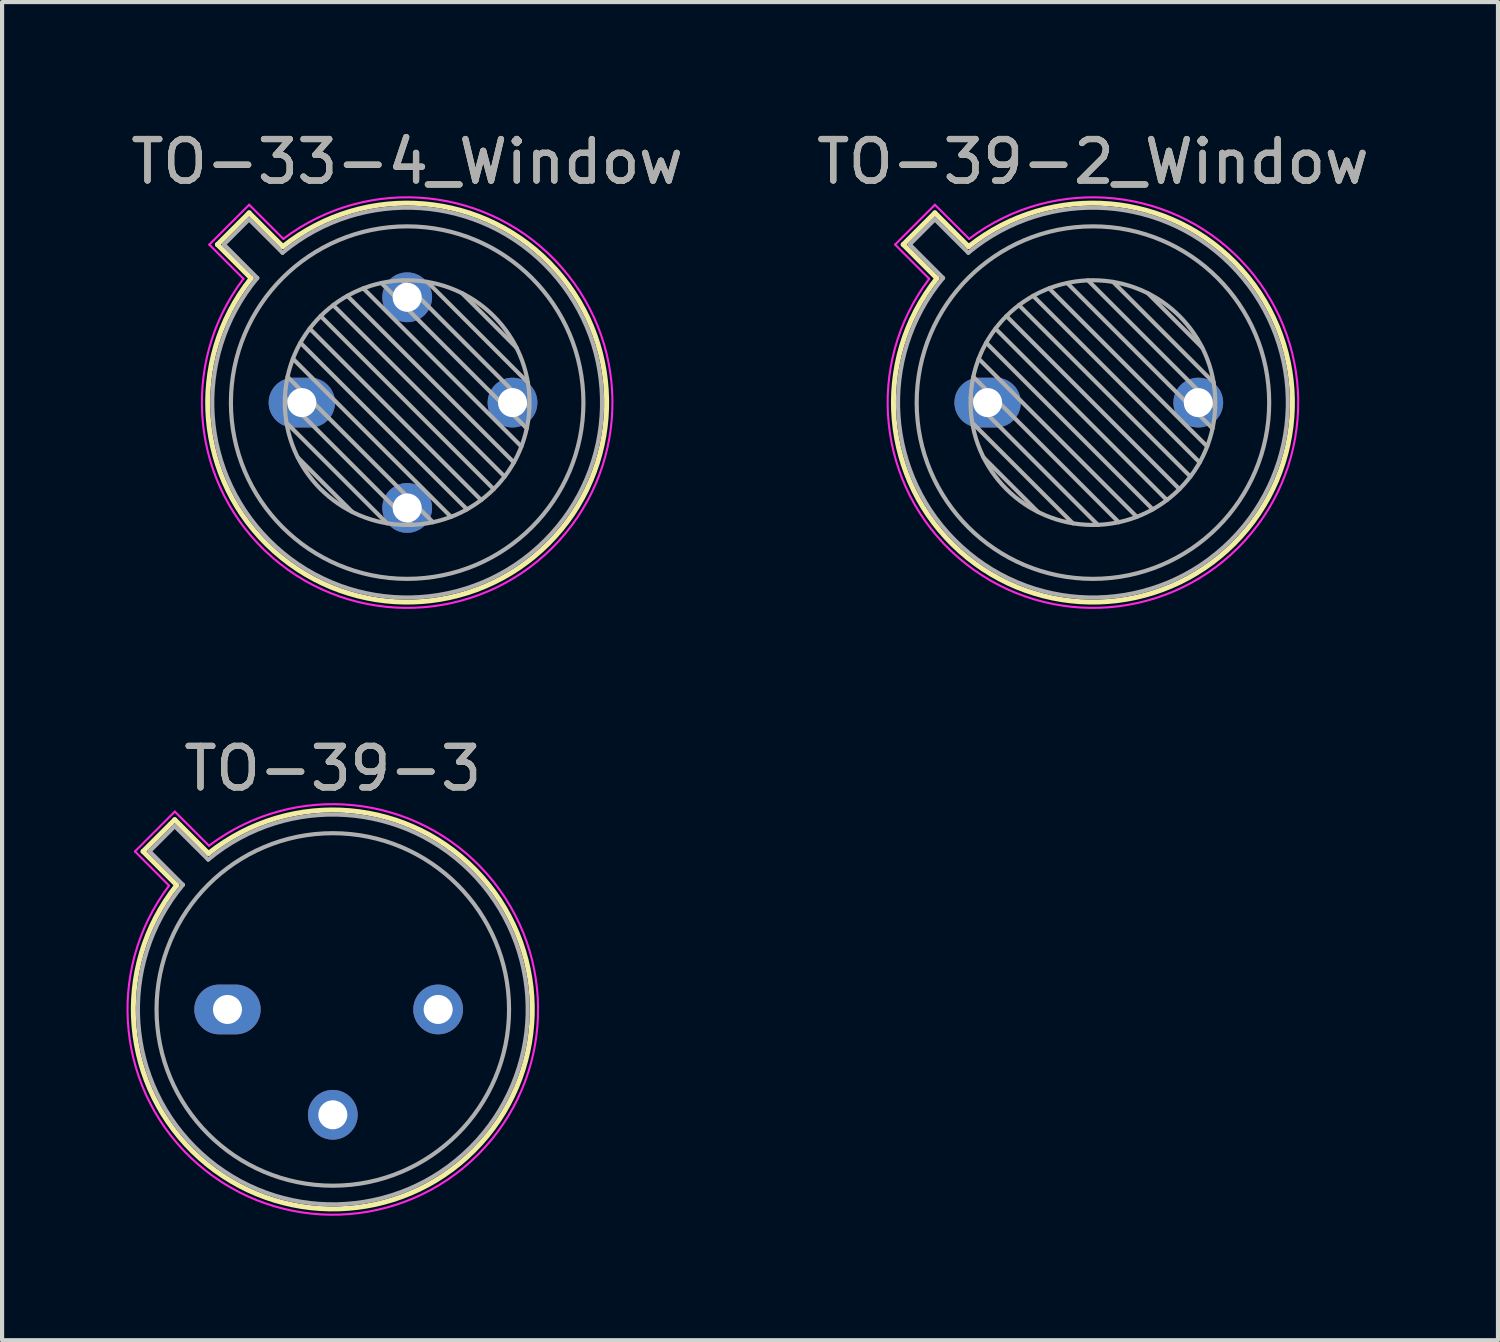
<source format=kicad_pcb>
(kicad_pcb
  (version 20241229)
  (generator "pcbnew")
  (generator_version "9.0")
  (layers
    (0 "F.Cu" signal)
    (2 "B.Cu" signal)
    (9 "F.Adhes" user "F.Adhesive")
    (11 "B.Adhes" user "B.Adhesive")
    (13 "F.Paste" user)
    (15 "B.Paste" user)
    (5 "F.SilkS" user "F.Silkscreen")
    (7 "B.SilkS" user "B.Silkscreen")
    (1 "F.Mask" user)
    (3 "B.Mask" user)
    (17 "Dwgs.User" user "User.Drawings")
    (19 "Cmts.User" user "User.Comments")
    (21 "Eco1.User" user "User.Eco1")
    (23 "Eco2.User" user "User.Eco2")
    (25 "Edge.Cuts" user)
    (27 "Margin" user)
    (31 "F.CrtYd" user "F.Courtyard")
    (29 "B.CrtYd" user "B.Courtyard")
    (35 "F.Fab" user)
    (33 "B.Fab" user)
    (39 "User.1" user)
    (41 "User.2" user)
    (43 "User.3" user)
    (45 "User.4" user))
  (footprint "TO-39-2_Window"
    (layer "F.Cu")
    (at 20.764 6.658)
    (property "Reference" "TO-39-2_Window" (at 2.54 -5.81 0) (layer "F.SilkS") (effects (font (size 1 1) (thickness 0.15))))
    (attr through_hole)
    (fp_line (start -2.035 -3.811) (end -1.222 -2.998) (stroke (width 0.12) (type solid)) (layer "F.SilkS"))
    (fp_line (start -1.271 -4.575) (end -2.035 -3.811) (stroke (width 0.12) (type solid)) (layer "F.SilkS"))
    (fp_line (start -0.458 -3.762) (end -1.271 -4.575) (stroke (width 0.12) (type solid)) (layer "F.SilkS"))
    (fp_arc (start -0.457844 -3.76152) (mid 5.941184 3.401184) (end -1.22152 -2.997844) (stroke (width 0.12) (type solid)) (layer "F.SilkS"))
    (fp_line (start -2.231 -3.81) (end -1.408 -2.986) (stroke (width 0.05) (type solid)) (layer "F.CrtYd"))
    (fp_line (start -1.27 -4.771) (end -2.231 -3.81) (stroke (width 0.05) (type solid)) (layer "F.CrtYd"))
    (fp_line (start -0.446 -3.948) (end -1.27 -4.771) (stroke (width 0.05) (type solid)) (layer "F.CrtYd"))
    (fp_arc (start -0.446162 -3.947827) (mid 6.040179 3.500179) (end -1.407827 -2.986162) (stroke (width 0.05) (type solid)) (layer "F.CrtYd"))
    (fp_line (start -1.88 -3.812) (end -1.074 -3.005) (stroke (width 0.1) (type solid)) (layer "F.Fab"))
    (fp_line (start -1.272 -4.42) (end -1.88 -3.812) (stroke (width 0.1) (type solid)) (layer "F.Fab"))
    (fp_line (start -0.465 -3.614) (end -1.272 -4.42) (stroke (width 0.1) (type solid)) (layer "F.Fab"))
    (fp_line (start -0.408 -0.12) (end 2.66 2.948) (stroke (width 0.1) (type solid)) (layer "F.Fab"))
    (fp_line (start -0.371 0.485) (end 2.055 2.911) (stroke (width 0.1) (type solid)) (layer "F.Fab"))
    (fp_line (start -0.344 -0.622) (end 3.162 2.884) (stroke (width 0.1) (type solid)) (layer "F.Fab"))
    (fp_line (start -0.215 -1.058) (end 3.598 2.755) (stroke (width 0.1) (type solid)) (layer "F.Fab"))
    (fp_line (start -0.097 1.324) (end 1.216 2.637) (stroke (width 0.1) (type solid)) (layer "F.Fab"))
    (fp_line (start -0.034 -1.443) (end 3.983 2.574) (stroke (width 0.1) (type solid)) (layer "F.Fab"))
    (fp_line (start 0.19 -1.784) (end 4.324 2.35) (stroke (width 0.1) (type solid)) (layer "F.Fab"))
    (fp_line (start 0.454 -2.086) (end 4.626 2.086) (stroke (width 0.1) (type solid)) (layer "F.Fab"))
    (fp_line (start 0.756 -2.35) (end 4.89 1.784) (stroke (width 0.1) (type solid)) (layer "F.Fab"))
    (fp_line (start 1.097 -2.574) (end 5.114 1.443) (stroke (width 0.1) (type solid)) (layer "F.Fab"))
    (fp_line (start 1.482 -2.755) (end 5.295 1.058) (stroke (width 0.1) (type solid)) (layer "F.Fab"))
    (fp_line (start 1.918 -2.884) (end 5.424 0.622) (stroke (width 0.1) (type solid)) (layer "F.Fab"))
    (fp_line (start 2.42 -2.948) (end 5.488 0.12) (stroke (width 0.1) (type solid)) (layer "F.Fab"))
    (fp_line (start 3.025 -2.911) (end 5.451 -0.485) (stroke (width 0.1) (type solid)) (layer "F.Fab"))
    (fp_line (start 3.864 -2.637) (end 5.177 -1.324) (stroke (width 0.1) (type solid)) (layer "F.Fab"))
    (fp_arc (start -0.465408 -3.61352) (mid 5.863402 3.323402) (end -1.07352 -3.005408) (stroke (width 0.1) (type solid)) (layer "F.Fab"))
    (fp_circle (center 2.54 0) (end 5.49 0) (stroke (width 0.1) (type solid)) (fill no) (layer "F.Fab"))
    (fp_circle (center 2.54 0) (end 6.79 0) (stroke (width 0.1) (type solid)) (fill no) (layer "F.Fab"))
    (fp_text user "${REFERENCE}" (at 2.54 -5.81 0) (layer "F.Fab") (effects (font (size 1 1) (thickness 0.15))))
    (pad "1" thru_hole oval (at 0 0) (size 1.6 1.2) (drill 0.7) (layers "*.Cu" "*.Mask"))
    (pad "2" thru_hole circle (at 5.08 0) (size 1.2 1.2) (drill 0.7) (layers "*.Cu" "*.Mask")))
  (footprint "TO-33-4_Window"
    (layer "F.Cu")
    (at 4.228 6.658)
    (property "Reference" "TO-33-4_Window" (at 2.54 -5.81 0) (layer "F.SilkS") (effects (font (size 1 1) (thickness 0.15))))
    (attr through_hole)
    (fp_line (start -2.035 -3.811) (end -1.222 -2.998) (stroke (width 0.12) (type solid)) (layer "F.SilkS"))
    (fp_line (start -1.271 -4.575) (end -2.035 -3.811) (stroke (width 0.12) (type solid)) (layer "F.SilkS"))
    (fp_line (start -0.458 -3.762) (end -1.271 -4.575) (stroke (width 0.12) (type solid)) (layer "F.SilkS"))
    (fp_arc (start -0.457844 -3.76152) (mid 5.941184 3.401184) (end -1.22152 -2.997844) (stroke (width 0.12) (type solid)) (layer "F.SilkS"))
    (fp_line (start -2.231 -3.81) (end -1.408 -2.986) (stroke (width 0.05) (type solid)) (layer "F.CrtYd"))
    (fp_line (start -1.27 -4.771) (end -2.231 -3.81) (stroke (width 0.05) (type solid)) (layer "F.CrtYd"))
    (fp_line (start -0.446 -3.948) (end -1.27 -4.771) (stroke (width 0.05) (type solid)) (layer "F.CrtYd"))
    (fp_arc (start -0.446162 -3.947827) (mid 6.040179 3.500179) (end -1.407827 -2.986162) (stroke (width 0.05) (type solid)) (layer "F.CrtYd"))
    (fp_line (start -1.88 -3.812) (end -1.074 -3.005) (stroke (width 0.1) (type solid)) (layer "F.Fab"))
    (fp_line (start -1.272 -4.42) (end -1.88 -3.812) (stroke (width 0.1) (type solid)) (layer "F.Fab"))
    (fp_line (start -0.465 -3.614) (end -1.272 -4.42) (stroke (width 0.1) (type solid)) (layer "F.Fab"))
    (fp_line (start -0.408 -0.12) (end 2.66 2.948) (stroke (width 0.1) (type solid)) (layer "F.Fab"))
    (fp_line (start -0.371 0.485) (end 2.055 2.911) (stroke (width 0.1) (type solid)) (layer "F.Fab"))
    (fp_line (start -0.344 -0.622) (end 3.162 2.884) (stroke (width 0.1) (type solid)) (layer "F.Fab"))
    (fp_line (start -0.215 -1.058) (end 3.598 2.755) (stroke (width 0.1) (type solid)) (layer "F.Fab"))
    (fp_line (start -0.097 1.324) (end 1.216 2.637) (stroke (width 0.1) (type solid)) (layer "F.Fab"))
    (fp_line (start -0.034 -1.443) (end 3.983 2.574) (stroke (width 0.1) (type solid)) (layer "F.Fab"))
    (fp_line (start 0.19 -1.784) (end 4.324 2.35) (stroke (width 0.1) (type solid)) (layer "F.Fab"))
    (fp_line (start 0.454 -2.086) (end 4.626 2.086) (stroke (width 0.1) (type solid)) (layer "F.Fab"))
    (fp_line (start 0.756 -2.35) (end 4.89 1.784) (stroke (width 0.1) (type solid)) (layer "F.Fab"))
    (fp_line (start 1.097 -2.574) (end 5.114 1.443) (stroke (width 0.1) (type solid)) (layer "F.Fab"))
    (fp_line (start 1.482 -2.755) (end 5.295 1.058) (stroke (width 0.1) (type solid)) (layer "F.Fab"))
    (fp_line (start 1.918 -2.884) (end 5.424 0.622) (stroke (width 0.1) (type solid)) (layer "F.Fab"))
    (fp_line (start 2.42 -2.948) (end 5.488 0.12) (stroke (width 0.1) (type solid)) (layer "F.Fab"))
    (fp_line (start 3.025 -2.911) (end 5.451 -0.485) (stroke (width 0.1) (type solid)) (layer "F.Fab"))
    (fp_line (start 3.864 -2.637) (end 5.177 -1.324) (stroke (width 0.1) (type solid)) (layer "F.Fab"))
    (fp_arc (start -0.465408 -3.61352) (mid 5.863402 3.323402) (end -1.07352 -3.005408) (stroke (width 0.1) (type solid)) (layer "F.Fab"))
    (fp_circle (center 2.54 0) (end 5.49 0) (stroke (width 0.1) (type solid)) (fill no) (layer "F.Fab"))
    (fp_circle (center 2.54 0) (end 6.79 0) (stroke (width 0.1) (type solid)) (fill no) (layer "F.Fab"))
    (fp_text user "${REFERENCE}" (at 2.54 -5.81 0) (layer "F.Fab") (effects (font (size 1 1) (thickness 0.15))))
    (pad "1" thru_hole oval (at 0 0) (size 1.6 1.2) (drill 0.7) (layers "*.Cu" "*.Mask"))
    (pad "2" thru_hole circle (at 2.54 2.54) (size 1.2 1.2) (drill 0.7) (layers "*.Cu" "*.Mask"))
    (pad "3" thru_hole circle (at 5.08 0) (size 1.2 1.2) (drill 0.7) (layers "*.Cu" "*.Mask"))
    (pad "4" thru_hole circle (at 2.54 -2.54) (size 1.2 1.2) (drill 0.7) (layers "*.Cu" "*.Mask")))
  (footprint "TO-39-3"
    (layer "F.Cu")
    (at 2.435 21.291)
    (property "Reference" "TO-39-3" (at 2.54 -5.81 0) (layer "F.SilkS") (effects (font (size 1 1) (thickness 0.15))))
    (attr through_hole)
    (fp_line (start -2.035 -3.811) (end -1.222 -2.998) (stroke (width 0.12) (type solid)) (layer "F.SilkS"))
    (fp_line (start -1.271 -4.575) (end -2.035 -3.811) (stroke (width 0.12) (type solid)) (layer "F.SilkS"))
    (fp_line (start -0.458 -3.762) (end -1.271 -4.575) (stroke (width 0.12) (type solid)) (layer "F.SilkS"))
    (fp_arc (start -0.457844 -3.76152) (mid 5.941184 3.401184) (end -1.22152 -2.997844) (stroke (width 0.12) (type solid)) (layer "F.SilkS"))
    (fp_line (start -2.231 -3.81) (end -1.408 -2.986) (stroke (width 0.05) (type solid)) (layer "F.CrtYd"))
    (fp_line (start -1.27 -4.771) (end -2.231 -3.81) (stroke (width 0.05) (type solid)) (layer "F.CrtYd"))
    (fp_line (start -0.446 -3.948) (end -1.27 -4.771) (stroke (width 0.05) (type solid)) (layer "F.CrtYd"))
    (fp_arc (start -0.446162 -3.947827) (mid 6.040179 3.500179) (end -1.407827 -2.986162) (stroke (width 0.05) (type solid)) (layer "F.CrtYd"))
    (fp_line (start -1.88 -3.812) (end -1.074 -3.005) (stroke (width 0.1) (type solid)) (layer "F.Fab"))
    (fp_line (start -1.272 -4.42) (end -1.88 -3.812) (stroke (width 0.1) (type solid)) (layer "F.Fab"))
    (fp_line (start -0.465 -3.614) (end -1.272 -4.42) (stroke (width 0.1) (type solid)) (layer "F.Fab"))
    (fp_arc (start -0.465408 -3.61352) (mid 5.863402 3.323402) (end -1.07352 -3.005408) (stroke (width 0.1) (type solid)) (layer "F.Fab"))
    (fp_circle (center 2.54 0) (end 6.79 0) (stroke (width 0.1) (type solid)) (fill no) (layer "F.Fab"))
    (fp_text user "${REFERENCE}" (at 2.54 -5.81 0) (layer "F.Fab") (effects (font (size 1 1) (thickness 0.15))))
    (pad "1" thru_hole oval (at 0 0) (size 1.6 1.2) (drill 0.7) (layers "*.Cu" "*.Mask"))
    (pad "2" thru_hole circle (at 2.54 2.54) (size 1.2 1.2) (drill 0.7) (layers "*.Cu" "*.Mask"))
    (pad "3" thru_hole circle (at 5.08 0) (size 1.2 1.2) (drill 0.7) (layers "*.Cu" "*.Mask")))
  (gr_rect
    (start -3 -3)
    (end 33.071 29.267)
    (stroke (width 0.1) (type default))
    (fill no)
    (layer "Edge.Cuts")))
</source>
